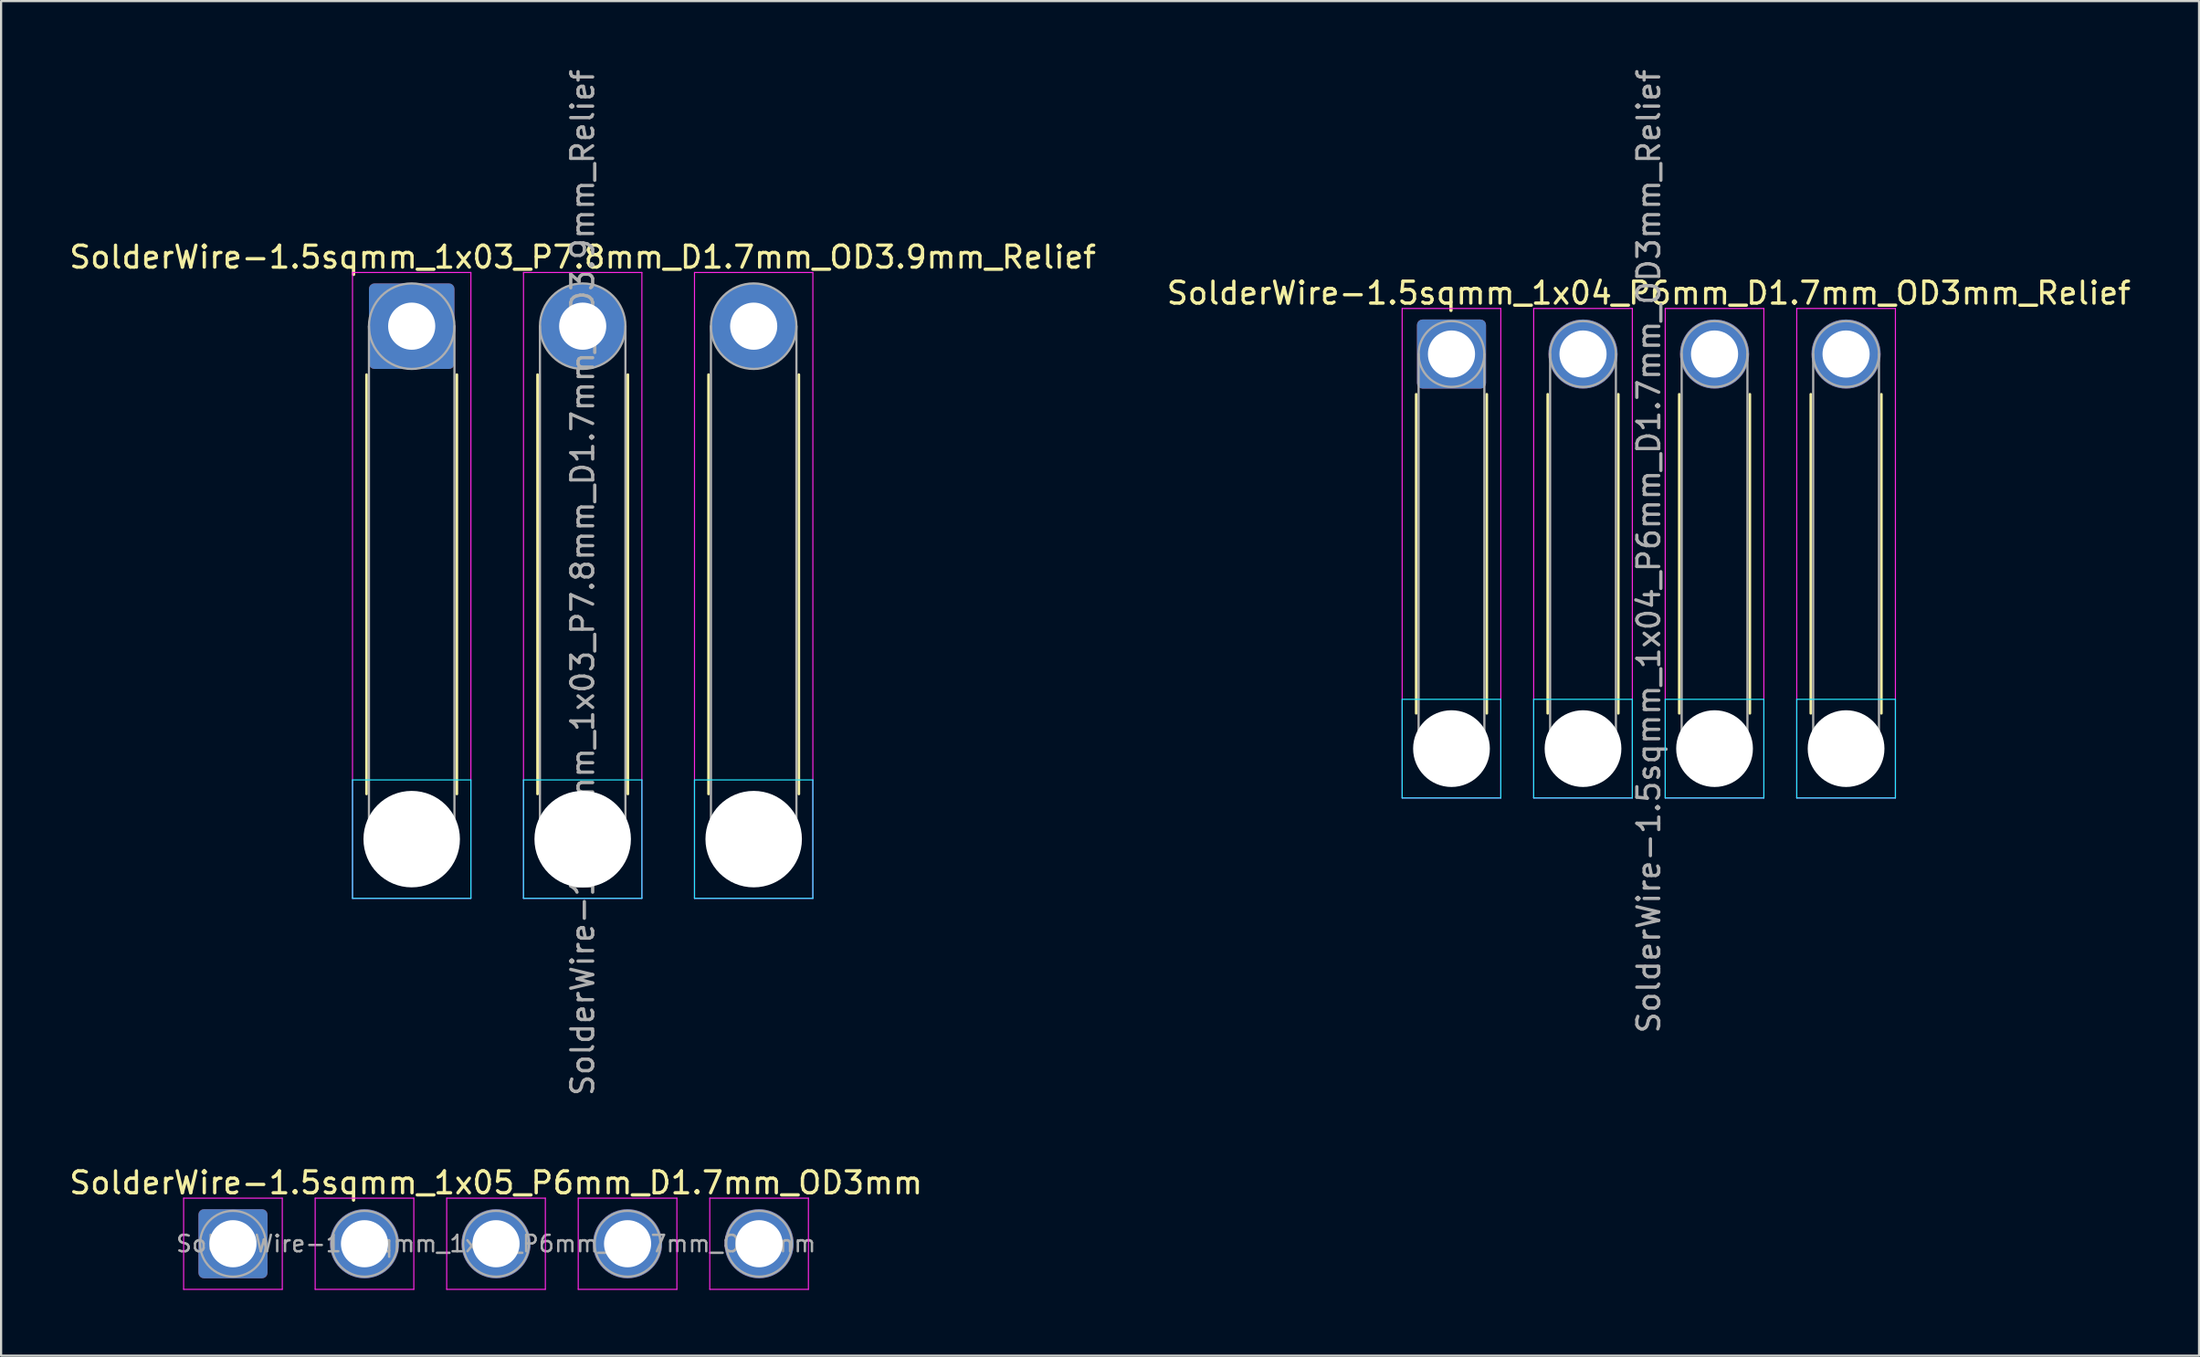
<source format=kicad_pcb>
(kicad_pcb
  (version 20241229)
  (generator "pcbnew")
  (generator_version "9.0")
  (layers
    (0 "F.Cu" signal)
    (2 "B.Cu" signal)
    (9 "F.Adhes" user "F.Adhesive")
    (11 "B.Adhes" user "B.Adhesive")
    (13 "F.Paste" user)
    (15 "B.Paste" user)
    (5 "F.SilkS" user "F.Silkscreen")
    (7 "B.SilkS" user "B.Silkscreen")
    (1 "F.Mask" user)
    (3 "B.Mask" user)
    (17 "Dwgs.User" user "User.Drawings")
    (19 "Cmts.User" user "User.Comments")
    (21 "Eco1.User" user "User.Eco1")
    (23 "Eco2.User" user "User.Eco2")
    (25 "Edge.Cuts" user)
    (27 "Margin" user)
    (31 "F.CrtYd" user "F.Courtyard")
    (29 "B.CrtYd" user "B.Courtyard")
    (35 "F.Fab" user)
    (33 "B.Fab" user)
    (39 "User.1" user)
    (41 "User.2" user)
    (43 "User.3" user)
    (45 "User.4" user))
  (footprint "SolderWire-1.5sqmm_1x04_P6mm_D1.7mm_OD3mm_Relief"
    (layer "F.Cu")
    (at 63.161 13.101)
    (property "Reference" "SolderWire-1.5sqmm_1x04_P6mm_D1.7mm_OD3mm_Relief" (at 9 -2.78 0) (layer "F.SilkS") (effects (font (size 1 1) (thickness 0.15))))
    (attr exclude_from_pos_files exclude_from_bom)
    (fp_line (start -1.61 1.835) (end -1.61 16.39) (stroke (width 0.12) (type solid)) (layer "F.SilkS"))
    (fp_line (start 1.61 1.835) (end 1.61 16.39) (stroke (width 0.12) (type solid)) (layer "F.SilkS"))
    (fp_line (start 4.39 1.835) (end 4.39 16.39) (stroke (width 0.12) (type solid)) (layer "F.SilkS"))
    (fp_line (start 7.61 1.835) (end 7.61 16.39) (stroke (width 0.12) (type solid)) (layer "F.SilkS"))
    (fp_line (start 10.39 1.835) (end 10.39 16.39) (stroke (width 0.12) (type solid)) (layer "F.SilkS"))
    (fp_line (start 13.61 1.835) (end 13.61 16.39) (stroke (width 0.12) (type solid)) (layer "F.SilkS"))
    (fp_line (start 16.39 1.835) (end 16.39 16.39) (stroke (width 0.12) (type solid)) (layer "F.SilkS"))
    (fp_line (start 19.61 1.835) (end 19.61 16.39) (stroke (width 0.12) (type solid)) (layer "F.SilkS"))
    (fp_line (start -2.25 15.75) (end -2.25 20.25) (stroke (width 0.05) (type solid)) (layer "B.CrtYd"))
    (fp_line (start -2.25 20.25) (end 2.25 20.25) (stroke (width 0.05) (type solid)) (layer "B.CrtYd"))
    (fp_line (start 2.25 15.75) (end -2.25 15.75) (stroke (width 0.05) (type solid)) (layer "B.CrtYd"))
    (fp_line (start 2.25 20.25) (end 2.25 15.75) (stroke (width 0.05) (type solid)) (layer "B.CrtYd"))
    (fp_line (start 3.75 15.75) (end 3.75 20.25) (stroke (width 0.05) (type solid)) (layer "B.CrtYd"))
    (fp_line (start 3.75 20.25) (end 8.25 20.25) (stroke (width 0.05) (type solid)) (layer "B.CrtYd"))
    (fp_line (start 8.25 15.75) (end 3.75 15.75) (stroke (width 0.05) (type solid)) (layer "B.CrtYd"))
    (fp_line (start 8.25 20.25) (end 8.25 15.75) (stroke (width 0.05) (type solid)) (layer "B.CrtYd"))
    (fp_line (start 9.75 15.75) (end 9.75 20.25) (stroke (width 0.05) (type solid)) (layer "B.CrtYd"))
    (fp_line (start 9.75 20.25) (end 14.25 20.25) (stroke (width 0.05) (type solid)) (layer "B.CrtYd"))
    (fp_line (start 14.25 15.75) (end 9.75 15.75) (stroke (width 0.05) (type solid)) (layer "B.CrtYd"))
    (fp_line (start 14.25 20.25) (end 14.25 15.75) (stroke (width 0.05) (type solid)) (layer "B.CrtYd"))
    (fp_line (start 15.75 15.75) (end 15.75 20.25) (stroke (width 0.05) (type solid)) (layer "B.CrtYd"))
    (fp_line (start 15.75 20.25) (end 20.25 20.25) (stroke (width 0.05) (type solid)) (layer "B.CrtYd"))
    (fp_line (start 20.25 15.75) (end 15.75 15.75) (stroke (width 0.05) (type solid)) (layer "B.CrtYd"))
    (fp_line (start 20.25 20.25) (end 20.25 15.75) (stroke (width 0.05) (type solid)) (layer "B.CrtYd"))
    (fp_line (start -2.25 -2.08) (end -2.25 20.25) (stroke (width 0.05) (type solid)) (layer "F.CrtYd"))
    (fp_line (start -2.25 20.25) (end 2.25 20.25) (stroke (width 0.05) (type solid)) (layer "F.CrtYd"))
    (fp_line (start 2.25 -2.08) (end -2.25 -2.08) (stroke (width 0.05) (type solid)) (layer "F.CrtYd"))
    (fp_line (start 2.25 20.25) (end 2.25 -2.08) (stroke (width 0.05) (type solid)) (layer "F.CrtYd"))
    (fp_line (start 3.75 -2.08) (end 3.75 20.25) (stroke (width 0.05) (type solid)) (layer "F.CrtYd"))
    (fp_line (start 3.75 20.25) (end 8.25 20.25) (stroke (width 0.05) (type solid)) (layer "F.CrtYd"))
    (fp_line (start 8.25 -2.08) (end 3.75 -2.08) (stroke (width 0.05) (type solid)) (layer "F.CrtYd"))
    (fp_line (start 8.25 20.25) (end 8.25 -2.08) (stroke (width 0.05) (type solid)) (layer "F.CrtYd"))
    (fp_line (start 9.75 -2.08) (end 9.75 20.25) (stroke (width 0.05) (type solid)) (layer "F.CrtYd"))
    (fp_line (start 9.75 20.25) (end 14.25 20.25) (stroke (width 0.05) (type solid)) (layer "F.CrtYd"))
    (fp_line (start 14.25 -2.08) (end 9.75 -2.08) (stroke (width 0.05) (type solid)) (layer "F.CrtYd"))
    (fp_line (start 14.25 20.25) (end 14.25 -2.08) (stroke (width 0.05) (type solid)) (layer "F.CrtYd"))
    (fp_line (start 15.75 -2.08) (end 15.75 20.25) (stroke (width 0.05) (type solid)) (layer "F.CrtYd"))
    (fp_line (start 15.75 20.25) (end 20.25 20.25) (stroke (width 0.05) (type solid)) (layer "F.CrtYd"))
    (fp_line (start 20.25 -2.08) (end 15.75 -2.08) (stroke (width 0.05) (type solid)) (layer "F.CrtYd"))
    (fp_line (start 20.25 20.25) (end 20.25 -2.08) (stroke (width 0.05) (type solid)) (layer "F.CrtYd"))
    (fp_line (start -1.5 0) (end -1.5 18) (stroke (width 0.1) (type solid)) (layer "F.Fab"))
    (fp_line (start 1.5 0) (end 1.5 18) (stroke (width 0.1) (type solid)) (layer "F.Fab"))
    (fp_line (start 4.5 0) (end 4.5 18) (stroke (width 0.1) (type solid)) (layer "F.Fab"))
    (fp_line (start 7.5 0) (end 7.5 18) (stroke (width 0.1) (type solid)) (layer "F.Fab"))
    (fp_line (start 10.5 0) (end 10.5 18) (stroke (width 0.1) (type solid)) (layer "F.Fab"))
    (fp_line (start 13.5 0) (end 13.5 18) (stroke (width 0.1) (type solid)) (layer "F.Fab"))
    (fp_line (start 16.5 0) (end 16.5 18) (stroke (width 0.1) (type solid)) (layer "F.Fab"))
    (fp_line (start 19.5 0) (end 19.5 18) (stroke (width 0.1) (type solid)) (layer "F.Fab"))
    (fp_circle (center 0 0) (end 1.5 0) (stroke (width 0.1) (type solid)) (fill no) (layer "F.Fab"))
    (fp_circle (center 0 18) (end 1.5 18) (stroke (width 0.1) (type solid)) (fill no) (layer "F.Fab"))
    (fp_circle (center 6 0) (end 7.5 0) (stroke (width 0.1) (type solid)) (fill no) (layer "F.Fab"))
    (fp_circle (center 6 18) (end 7.5 18) (stroke (width 0.1) (type solid)) (fill no) (layer "F.Fab"))
    (fp_circle (center 12 0) (end 13.5 0) (stroke (width 0.1) (type solid)) (fill no) (layer "F.Fab"))
    (fp_circle (center 12 18) (end 13.5 18) (stroke (width 0.1) (type solid)) (fill no) (layer "F.Fab"))
    (fp_circle (center 18 0) (end 19.5 0) (stroke (width 0.1) (type solid)) (fill no) (layer "F.Fab"))
    (fp_circle (center 18 18) (end 19.5 18) (stroke (width 0.1) (type solid)) (fill no) (layer "F.Fab"))
    (fp_text user "${REFERENCE}" (at 9 9 90) (layer "F.Fab") (effects (font (size 1 1) (thickness 0.15))))
    (pad "" np_thru_hole circle (at 0 18) (size 3.5 3.5) (drill 3.5) (layers "*.Cu" "*.Mask"))
    (pad "" np_thru_hole circle (at 6 18) (size 3.5 3.5) (drill 3.5) (layers "*.Cu" "*.Mask"))
    (pad "" np_thru_hole circle (at 12 18) (size 3.5 3.5) (drill 3.5) (layers "*.Cu" "*.Mask"))
    (pad "" np_thru_hole circle (at 18 18) (size 3.5 3.5) (drill 3.5) (layers "*.Cu" "*.Mask"))
    (pad "1" thru_hole roundrect (at 0 0) (size 3.15 3.15) (drill 2.15) (layers "*.Cu" "*.Mask") (roundrect_rratio 0.079))
    (pad "2" thru_hole circle (at 6 0) (size 3.15 3.15) (drill 2.15) (layers "*.Cu" "*.Mask"))
    (pad "3" thru_hole circle (at 12 0) (size 3.15 3.15) (drill 2.15) (layers "*.Cu" "*.Mask"))
    (pad "4" thru_hole circle (at 18 0) (size 3.15 3.15) (drill 2.15) (layers "*.Cu" "*.Mask")))
  (footprint "SolderWire-1.5sqmm_1x03_P7.8mm_D1.7mm_OD3.9mm_Relief"
    (layer "F.Cu")
    (at 15.73 11.83)
    (property "Reference" "SolderWire-1.5sqmm_1x03_P7.8mm_D1.7mm_OD3.9mm_Relief" (at 7.8 -3.15 0) (layer "F.SilkS") (effects (font (size 1 1) (thickness 0.15))))
    (attr exclude_from_pos_files exclude_from_bom)
    (fp_line (start -2.06 2.21) (end -2.06 21.34) (stroke (width 0.12) (type solid)) (layer "F.SilkS"))
    (fp_line (start 2.06 2.21) (end 2.06 21.34) (stroke (width 0.12) (type solid)) (layer "F.SilkS"))
    (fp_line (start 5.74 2.21) (end 5.74 21.34) (stroke (width 0.12) (type solid)) (layer "F.SilkS"))
    (fp_line (start 9.86 2.21) (end 9.86 21.34) (stroke (width 0.12) (type solid)) (layer "F.SilkS"))
    (fp_line (start 13.54 2.21) (end 13.54 21.34) (stroke (width 0.12) (type solid)) (layer "F.SilkS"))
    (fp_line (start 17.66 2.21) (end 17.66 21.34) (stroke (width 0.12) (type solid)) (layer "F.SilkS"))
    (fp_line (start -2.7 20.7) (end -2.7 26.1) (stroke (width 0.05) (type solid)) (layer "B.CrtYd"))
    (fp_line (start -2.7 26.1) (end 2.7 26.1) (stroke (width 0.05) (type solid)) (layer "B.CrtYd"))
    (fp_line (start 2.7 20.7) (end -2.7 20.7) (stroke (width 0.05) (type solid)) (layer "B.CrtYd"))
    (fp_line (start 2.7 26.1) (end 2.7 20.7) (stroke (width 0.05) (type solid)) (layer "B.CrtYd"))
    (fp_line (start 5.1 20.7) (end 5.1 26.1) (stroke (width 0.05) (type solid)) (layer "B.CrtYd"))
    (fp_line (start 5.1 26.1) (end 10.5 26.1) (stroke (width 0.05) (type solid)) (layer "B.CrtYd"))
    (fp_line (start 10.5 20.7) (end 5.1 20.7) (stroke (width 0.05) (type solid)) (layer "B.CrtYd"))
    (fp_line (start 10.5 26.1) (end 10.5 20.7) (stroke (width 0.05) (type solid)) (layer "B.CrtYd"))
    (fp_line (start 12.9 20.7) (end 12.9 26.1) (stroke (width 0.05) (type solid)) (layer "B.CrtYd"))
    (fp_line (start 12.9 26.1) (end 18.3 26.1) (stroke (width 0.05) (type solid)) (layer "B.CrtYd"))
    (fp_line (start 18.3 20.7) (end 12.9 20.7) (stroke (width 0.05) (type solid)) (layer "B.CrtYd"))
    (fp_line (start 18.3 26.1) (end 18.3 20.7) (stroke (width 0.05) (type solid)) (layer "B.CrtYd"))
    (fp_line (start -2.7 -2.45) (end -2.7 26.1) (stroke (width 0.05) (type solid)) (layer "F.CrtYd"))
    (fp_line (start -2.7 26.1) (end 2.7 26.1) (stroke (width 0.05) (type solid)) (layer "F.CrtYd"))
    (fp_line (start 2.7 -2.45) (end -2.7 -2.45) (stroke (width 0.05) (type solid)) (layer "F.CrtYd"))
    (fp_line (start 2.7 26.1) (end 2.7 -2.45) (stroke (width 0.05) (type solid)) (layer "F.CrtYd"))
    (fp_line (start 5.1 -2.45) (end 5.1 26.1) (stroke (width 0.05) (type solid)) (layer "F.CrtYd"))
    (fp_line (start 5.1 26.1) (end 10.5 26.1) (stroke (width 0.05) (type solid)) (layer "F.CrtYd"))
    (fp_line (start 10.5 -2.45) (end 5.1 -2.45) (stroke (width 0.05) (type solid)) (layer "F.CrtYd"))
    (fp_line (start 10.5 26.1) (end 10.5 -2.45) (stroke (width 0.05) (type solid)) (layer "F.CrtYd"))
    (fp_line (start 12.9 -2.45) (end 12.9 26.1) (stroke (width 0.05) (type solid)) (layer "F.CrtYd"))
    (fp_line (start 12.9 26.1) (end 18.3 26.1) (stroke (width 0.05) (type solid)) (layer "F.CrtYd"))
    (fp_line (start 18.3 -2.45) (end 12.9 -2.45) (stroke (width 0.05) (type solid)) (layer "F.CrtYd"))
    (fp_line (start 18.3 26.1) (end 18.3 -2.45) (stroke (width 0.05) (type solid)) (layer "F.CrtYd"))
    (fp_line (start -1.95 0) (end -1.95 23.4) (stroke (width 0.1) (type solid)) (layer "F.Fab"))
    (fp_line (start 1.95 0) (end 1.95 23.4) (stroke (width 0.1) (type solid)) (layer "F.Fab"))
    (fp_line (start 5.85 0) (end 5.85 23.4) (stroke (width 0.1) (type solid)) (layer "F.Fab"))
    (fp_line (start 9.75 0) (end 9.75 23.4) (stroke (width 0.1) (type solid)) (layer "F.Fab"))
    (fp_line (start 13.65 0) (end 13.65 23.4) (stroke (width 0.1) (type solid)) (layer "F.Fab"))
    (fp_line (start 17.55 0) (end 17.55 23.4) (stroke (width 0.1) (type solid)) (layer "F.Fab"))
    (fp_circle (center 0 0) (end 1.95 0) (stroke (width 0.1) (type solid)) (fill no) (layer "F.Fab"))
    (fp_circle (center 0 23.4) (end 1.95 23.4) (stroke (width 0.1) (type solid)) (fill no) (layer "F.Fab"))
    (fp_circle (center 7.8 0) (end 9.75 0) (stroke (width 0.1) (type solid)) (fill no) (layer "F.Fab"))
    (fp_circle (center 7.8 23.4) (end 9.75 23.4) (stroke (width 0.1) (type solid)) (fill no) (layer "F.Fab"))
    (fp_circle (center 15.6 0) (end 17.55 0) (stroke (width 0.1) (type solid)) (fill no) (layer "F.Fab"))
    (fp_circle (center 15.6 23.4) (end 17.55 23.4) (stroke (width 0.1) (type solid)) (fill no) (layer "F.Fab"))
    (fp_text user "${REFERENCE}" (at 7.8 11.7 90) (layer "F.Fab") (effects (font (size 1 1) (thickness 0.15))))
    (pad "" np_thru_hole circle (at 0 23.4) (size 4.4 4.4) (drill 4.4) (layers "*.Cu" "*.Mask"))
    (pad "" np_thru_hole circle (at 7.8 23.4) (size 4.4 4.4) (drill 4.4) (layers "*.Cu" "*.Mask"))
    (pad "" np_thru_hole circle (at 15.6 23.4) (size 4.4 4.4) (drill 4.4) (layers "*.Cu" "*.Mask"))
    (pad "1" thru_hole roundrect (at 0 0) (size 3.9 3.9) (drill 2.15) (layers "*.Cu" "*.Mask") (roundrect_rratio 0.064))
    (pad "2" thru_hole circle (at 7.8 0) (size 3.9 3.9) (drill 2.15) (layers "*.Cu" "*.Mask"))
    (pad "3" thru_hole circle (at 15.6 0) (size 3.9 3.9) (drill 2.15) (layers "*.Cu" "*.Mask")))
  (footprint "SolderWire-1.5sqmm_1x05_P6mm_D1.7mm_OD3mm"
    (layer "F.Cu")
    (at 7.577 53.688)
    (property "Reference" "SolderWire-1.5sqmm_1x05_P6mm_D1.7mm_OD3mm" (at 12 -2.78 0) (layer "F.SilkS") (effects (font (size 1 1) (thickness 0.15))))
    (attr exclude_from_pos_files exclude_from_bom)
    (fp_line (start -2.25 -2.08) (end -2.25 2.08) (stroke (width 0.05) (type solid)) (layer "F.CrtYd"))
    (fp_line (start -2.25 2.08) (end 2.25 2.08) (stroke (width 0.05) (type solid)) (layer "F.CrtYd"))
    (fp_line (start 2.25 -2.08) (end -2.25 -2.08) (stroke (width 0.05) (type solid)) (layer "F.CrtYd"))
    (fp_line (start 2.25 2.08) (end 2.25 -2.08) (stroke (width 0.05) (type solid)) (layer "F.CrtYd"))
    (fp_line (start 3.75 -2.08) (end 3.75 2.08) (stroke (width 0.05) (type solid)) (layer "F.CrtYd"))
    (fp_line (start 3.75 2.08) (end 8.25 2.08) (stroke (width 0.05) (type solid)) (layer "F.CrtYd"))
    (fp_line (start 8.25 -2.08) (end 3.75 -2.08) (stroke (width 0.05) (type solid)) (layer "F.CrtYd"))
    (fp_line (start 8.25 2.08) (end 8.25 -2.08) (stroke (width 0.05) (type solid)) (layer "F.CrtYd"))
    (fp_line (start 9.75 -2.08) (end 9.75 2.08) (stroke (width 0.05) (type solid)) (layer "F.CrtYd"))
    (fp_line (start 9.75 2.08) (end 14.25 2.08) (stroke (width 0.05) (type solid)) (layer "F.CrtYd"))
    (fp_line (start 14.25 -2.08) (end 9.75 -2.08) (stroke (width 0.05) (type solid)) (layer "F.CrtYd"))
    (fp_line (start 14.25 2.08) (end 14.25 -2.08) (stroke (width 0.05) (type solid)) (layer "F.CrtYd"))
    (fp_line (start 15.75 -2.08) (end 15.75 2.08) (stroke (width 0.05) (type solid)) (layer "F.CrtYd"))
    (fp_line (start 15.75 2.08) (end 20.25 2.08) (stroke (width 0.05) (type solid)) (layer "F.CrtYd"))
    (fp_line (start 20.25 -2.08) (end 15.75 -2.08) (stroke (width 0.05) (type solid)) (layer "F.CrtYd"))
    (fp_line (start 20.25 2.08) (end 20.25 -2.08) (stroke (width 0.05) (type solid)) (layer "F.CrtYd"))
    (fp_line (start 21.75 -2.08) (end 21.75 2.08) (stroke (width 0.05) (type solid)) (layer "F.CrtYd"))
    (fp_line (start 21.75 2.08) (end 26.25 2.08) (stroke (width 0.05) (type solid)) (layer "F.CrtYd"))
    (fp_line (start 26.25 -2.08) (end 21.75 -2.08) (stroke (width 0.05) (type solid)) (layer "F.CrtYd"))
    (fp_line (start 26.25 2.08) (end 26.25 -2.08) (stroke (width 0.05) (type solid)) (layer "F.CrtYd"))
    (fp_circle (center 0 0) (end 1.5 0) (stroke (width 0.1) (type solid)) (fill no) (layer "F.Fab"))
    (fp_circle (center 6 0) (end 7.5 0) (stroke (width 0.1) (type solid)) (fill no) (layer "F.Fab"))
    (fp_circle (center 12 0) (end 13.5 0) (stroke (width 0.1) (type solid)) (fill no) (layer "F.Fab"))
    (fp_circle (center 18 0) (end 19.5 0) (stroke (width 0.1) (type solid)) (fill no) (layer "F.Fab"))
    (fp_circle (center 24 0) (end 25.5 0) (stroke (width 0.1) (type solid)) (fill no) (layer "F.Fab"))
    (fp_text user "${REFERENCE}" (at 12 0 0) (layer "F.Fab") (effects (font (size 0.75 0.75) (thickness 0.11))))
    (pad "1" thru_hole roundrect (at 0 0) (size 3.15 3.15) (drill 2.15) (layers "*.Cu" "*.Mask") (roundrect_rratio 0.079))
    (pad "2" thru_hole circle (at 6 0) (size 3.15 3.15) (drill 2.15) (layers "*.Cu" "*.Mask"))
    (pad "3" thru_hole circle (at 12 0) (size 3.15 3.15) (drill 2.15) (layers "*.Cu" "*.Mask"))
    (pad "4" thru_hole circle (at 18 0) (size 3.15 3.15) (drill 2.15) (layers "*.Cu" "*.Mask"))
    (pad "5" thru_hole circle (at 24 0) (size 3.15 3.15) (drill 2.15) (layers "*.Cu" "*.Mask")))
  (gr_rect
    (start -3 -3)
    (end 97.262 58.793)
    (stroke (width 0.1) (type default))
    (fill no)
    (layer "Edge.Cuts")))
</source>
